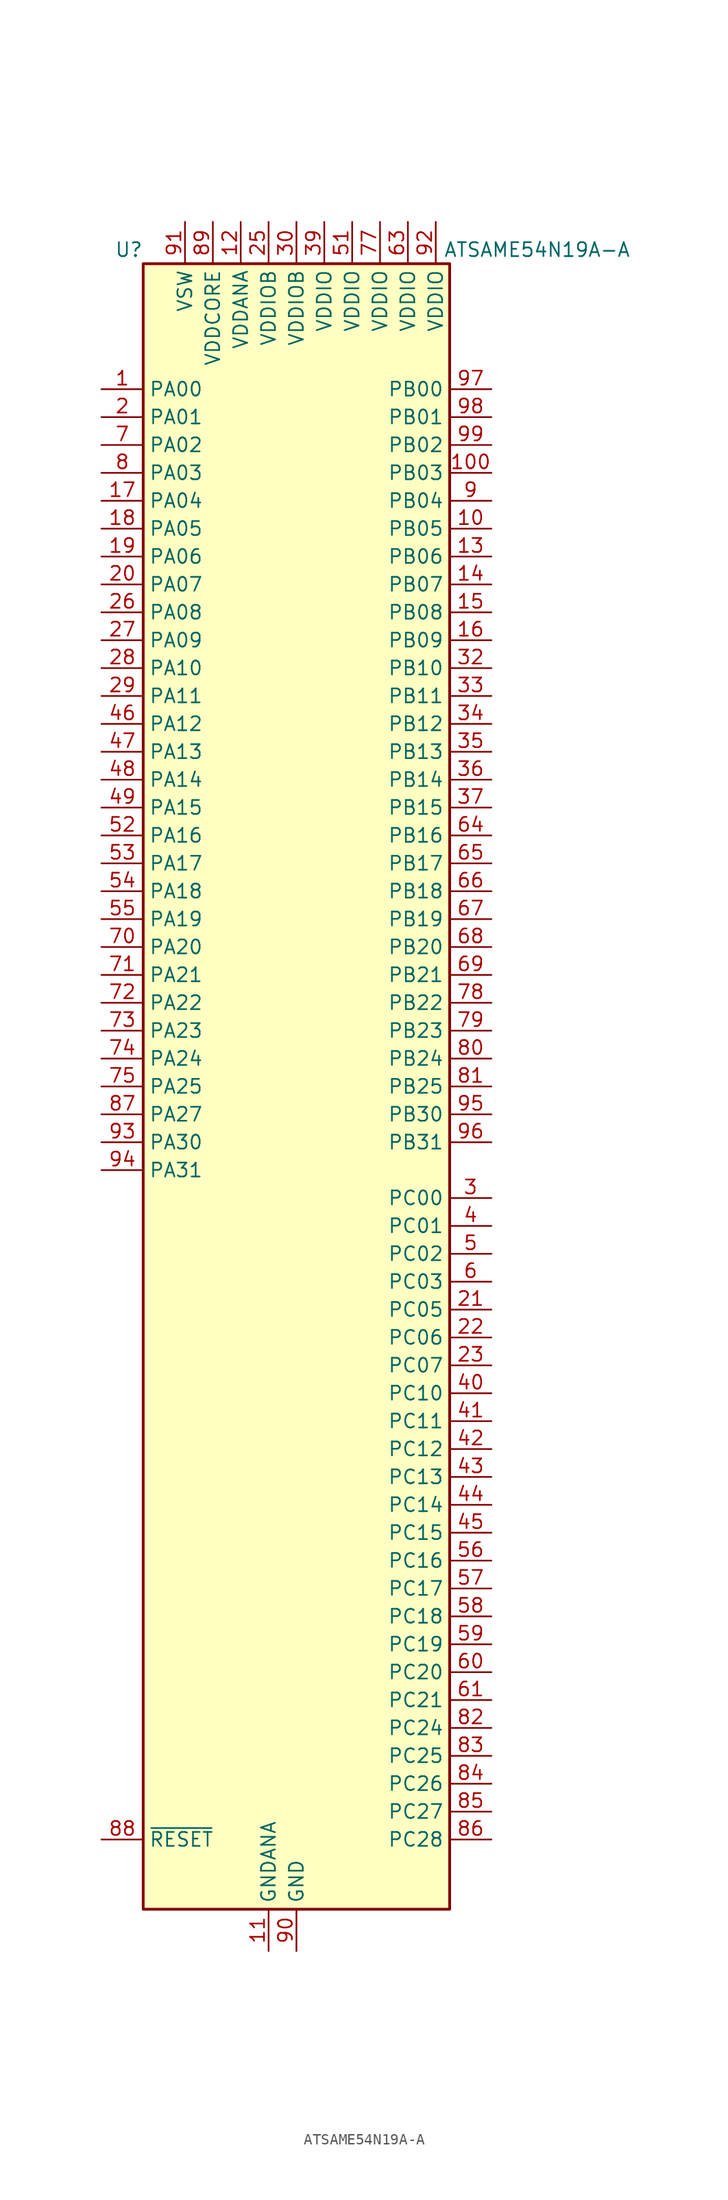
<source format=kicad_sym>
(kicad_symbol_lib
  (version 20201005)
  (generator kicad_symbol_editor)
  (symbol "ATSAME54N19A-A"
    (property "Reference" "U"
      (at -13.97 76.2 0)
      (effects (font (size 1.27 1.27)) (justify right)))
    (property "Value" "ATSAME54N19A-A"
      (at 30.48 76.2 0)
      (effects (font (size 1.27 1.27)) (justify right)))
    (symbol "ATSAME54N19A-A_1_1"
      (rectangle (start -13.97 74.93) (end 13.97 -74.93) (stroke (width 0.254)) (fill (type background)))
      (pin bidirectional line (at -17.78 63.5 0) (length 3.81) (name "PA00" (effects (font (size 1.27 1.27)))) (number "1" (effects (font (size 1.27 1.27)))))
      (pin bidirectional line (at 17.78 50.8 180) (length 3.81) (name "PB05" (effects (font (size 1.27 1.27)))) (number "10" (effects (font (size 1.27 1.27)))))
      (pin bidirectional line (at 17.78 55.88 180) (length 3.81) (name "PB03" (effects (font (size 1.27 1.27)))) (number "100" (effects (font (size 1.27 1.27)))))
      (pin power_in line (at -2.54 -78.74 90) (length 3.81) (name "GNDANA" (effects (font (size 1.27 1.27)))) (number "11" (effects (font (size 1.27 1.27)))))
      (pin power_in line (at -5.08 78.74 270) (length 3.81) (name "VDDANA" (effects (font (size 1.27 1.27)))) (number "12" (effects (font (size 1.27 1.27)))))
      (pin bidirectional line (at 17.78 48.26 180) (length 3.81) (name "PB06" (effects (font (size 1.27 1.27)))) (number "13" (effects (font (size 1.27 1.27)))))
      (pin bidirectional line (at 17.78 45.72 180) (length 3.81) (name "PB07" (effects (font (size 1.27 1.27)))) (number "14" (effects (font (size 1.27 1.27)))))
      (pin bidirectional line (at 17.78 43.18 180) (length 3.81) (name "PB08" (effects (font (size 1.27 1.27)))) (number "15" (effects (font (size 1.27 1.27)))))
      (pin bidirectional line (at 17.78 40.64 180) (length 3.81) (name "PB09" (effects (font (size 1.27 1.27)))) (number "16" (effects (font (size 1.27 1.27)))))
      (pin bidirectional line (at -17.78 53.34 0) (length 3.81) (name "PA04" (effects (font (size 1.27 1.27)))) (number "17" (effects (font (size 1.27 1.27)))))
      (pin bidirectional line (at -17.78 50.8 0) (length 3.81) (name "PA05" (effects (font (size 1.27 1.27)))) (number "18" (effects (font (size 1.27 1.27)))))
      (pin bidirectional line (at -17.78 48.26 0) (length 3.81) (name "PA06" (effects (font (size 1.27 1.27)))) (number "19" (effects (font (size 1.27 1.27)))))
      (pin bidirectional line (at -17.78 60.96 0) (length 3.81) (name "PA01" (effects (font (size 1.27 1.27)))) (number "2" (effects (font (size 1.27 1.27)))))
      (pin bidirectional line (at -17.78 45.72 0) (length 3.81) (name "PA07" (effects (font (size 1.27 1.27)))) (number "20" (effects (font (size 1.27 1.27)))))
      (pin bidirectional line (at 17.78 -20.32 180) (length 3.81) (name "PC05" (effects (font (size 1.27 1.27)))) (number "21" (effects (font (size 1.27 1.27)))))
      (pin bidirectional line (at 17.78 -22.86 180) (length 3.81) (name "PC06" (effects (font (size 1.27 1.27)))) (number "22" (effects (font (size 1.27 1.27)))))
      (pin bidirectional line (at 17.78 -25.4 180) (length 3.81) (name "PC07" (effects (font (size 1.27 1.27)))) (number "23" (effects (font (size 1.27 1.27)))))
      (pin passive line (at 0 -78.74 90) (length 3.81) hide (name "GND" (effects (font (size 1.27 1.27)))) (number "24" (effects (font (size 1.27 1.27)))))
      (pin power_in line (at -2.54 78.74 270) (length 3.81) (name "VDDIOB" (effects (font (size 1.27 1.27)))) (number "25" (effects (font (size 1.27 1.27)))))
      (pin bidirectional line (at -17.78 43.18 0) (length 3.81) (name "PA08" (effects (font (size 1.27 1.27)))) (number "26" (effects (font (size 1.27 1.27)))))
      (pin bidirectional line (at -17.78 40.64 0) (length 3.81) (name "PA09" (effects (font (size 1.27 1.27)))) (number "27" (effects (font (size 1.27 1.27)))))
      (pin bidirectional line (at -17.78 38.1 0) (length 3.81) (name "PA10" (effects (font (size 1.27 1.27)))) (number "28" (effects (font (size 1.27 1.27)))))
      (pin bidirectional line (at -17.78 35.56 0) (length 3.81) (name "PA11" (effects (font (size 1.27 1.27)))) (number "29" (effects (font (size 1.27 1.27)))))
      (pin bidirectional line (at 17.78 -10.16 180) (length 3.81) (name "PC00" (effects (font (size 1.27 1.27)))) (number "3" (effects (font (size 1.27 1.27)))))
      (pin power_in line (at 0 78.74 270) (length 3.81) (name "VDDIOB" (effects (font (size 1.27 1.27)))) (number "30" (effects (font (size 1.27 1.27)))))
      (pin passive line (at 0 -78.74 90) (length 3.81) hide (name "GND" (effects (font (size 1.27 1.27)))) (number "31" (effects (font (size 1.27 1.27)))))
      (pin bidirectional line (at 17.78 38.1 180) (length 3.81) (name "PB10" (effects (font (size 1.27 1.27)))) (number "32" (effects (font (size 1.27 1.27)))))
      (pin bidirectional line (at 17.78 35.56 180) (length 3.81) (name "PB11" (effects (font (size 1.27 1.27)))) (number "33" (effects (font (size 1.27 1.27)))))
      (pin bidirectional line (at 17.78 33.02 180) (length 3.81) (name "PB12" (effects (font (size 1.27 1.27)))) (number "34" (effects (font (size 1.27 1.27)))))
      (pin bidirectional line (at 17.78 30.48 180) (length 3.81) (name "PB13" (effects (font (size 1.27 1.27)))) (number "35" (effects (font (size 1.27 1.27)))))
      (pin bidirectional line (at 17.78 27.94 180) (length 3.81) (name "PB14" (effects (font (size 1.27 1.27)))) (number "36" (effects (font (size 1.27 1.27)))))
      (pin bidirectional line (at 17.78 25.4 180) (length 3.81) (name "PB15" (effects (font (size 1.27 1.27)))) (number "37" (effects (font (size 1.27 1.27)))))
      (pin passive line (at 0 -78.74 90) (length 3.81) hide (name "GND" (effects (font (size 1.27 1.27)))) (number "38" (effects (font (size 1.27 1.27)))))
      (pin power_in line (at 2.54 78.74 270) (length 3.81) (name "VDDIO" (effects (font (size 1.27 1.27)))) (number "39" (effects (font (size 1.27 1.27)))))
      (pin bidirectional line (at 17.78 -12.7 180) (length 3.81) (name "PC01" (effects (font (size 1.27 1.27)))) (number "4" (effects (font (size 1.27 1.27)))))
      (pin bidirectional line (at 17.78 -27.94 180) (length 3.81) (name "PC10" (effects (font (size 1.27 1.27)))) (number "40" (effects (font (size 1.27 1.27)))))
      (pin bidirectional line (at 17.78 -30.48 180) (length 3.81) (name "PC11" (effects (font (size 1.27 1.27)))) (number "41" (effects (font (size 1.27 1.27)))))
      (pin bidirectional line (at 17.78 -33.02 180) (length 3.81) (name "PC12" (effects (font (size 1.27 1.27)))) (number "42" (effects (font (size 1.27 1.27)))))
      (pin bidirectional line (at 17.78 -35.56 180) (length 3.81) (name "PC13" (effects (font (size 1.27 1.27)))) (number "43" (effects (font (size 1.27 1.27)))))
      (pin bidirectional line (at 17.78 -38.1 180) (length 3.81) (name "PC14" (effects (font (size 1.27 1.27)))) (number "44" (effects (font (size 1.27 1.27)))))
      (pin bidirectional line (at 17.78 -40.64 180) (length 3.81) (name "PC15" (effects (font (size 1.27 1.27)))) (number "45" (effects (font (size 1.27 1.27)))))
      (pin bidirectional line (at -17.78 33.02 0) (length 3.81) (name "PA12" (effects (font (size 1.27 1.27)))) (number "46" (effects (font (size 1.27 1.27)))))
      (pin bidirectional line (at -17.78 30.48 0) (length 3.81) (name "PA13" (effects (font (size 1.27 1.27)))) (number "47" (effects (font (size 1.27 1.27)))))
      (pin bidirectional line (at -17.78 27.94 0) (length 3.81) (name "PA14" (effects (font (size 1.27 1.27)))) (number "48" (effects (font (size 1.27 1.27)))))
      (pin bidirectional line (at -17.78 25.4 0) (length 3.81) (name "PA15" (effects (font (size 1.27 1.27)))) (number "49" (effects (font (size 1.27 1.27)))))
      (pin bidirectional line (at 17.78 -15.24 180) (length 3.81) (name "PC02" (effects (font (size 1.27 1.27)))) (number "5" (effects (font (size 1.27 1.27)))))
      (pin passive line (at 0 -78.74 90) (length 3.81) hide (name "GND" (effects (font (size 1.27 1.27)))) (number "50" (effects (font (size 1.27 1.27)))))
      (pin power_in line (at 5.08 78.74 270) (length 3.81) (name "VDDIO" (effects (font (size 1.27 1.27)))) (number "51" (effects (font (size 1.27 1.27)))))
      (pin bidirectional line (at -17.78 22.86 0) (length 3.81) (name "PA16" (effects (font (size 1.27 1.27)))) (number "52" (effects (font (size 1.27 1.27)))))
      (pin bidirectional line (at -17.78 20.32 0) (length 3.81) (name "PA17" (effects (font (size 1.27 1.27)))) (number "53" (effects (font (size 1.27 1.27)))))
      (pin bidirectional line (at -17.78 17.78 0) (length 3.81) (name "PA18" (effects (font (size 1.27 1.27)))) (number "54" (effects (font (size 1.27 1.27)))))
      (pin bidirectional line (at -17.78 15.24 0) (length 3.81) (name "PA19" (effects (font (size 1.27 1.27)))) (number "55" (effects (font (size 1.27 1.27)))))
      (pin bidirectional line (at 17.78 -43.18 180) (length 3.81) (name "PC16" (effects (font (size 1.27 1.27)))) (number "56" (effects (font (size 1.27 1.27)))))
      (pin bidirectional line (at 17.78 -45.72 180) (length 3.81) (name "PC17" (effects (font (size 1.27 1.27)))) (number "57" (effects (font (size 1.27 1.27)))))
      (pin bidirectional line (at 17.78 -48.26 180) (length 3.81) (name "PC18" (effects (font (size 1.27 1.27)))) (number "58" (effects (font (size 1.27 1.27)))))
      (pin bidirectional line (at 17.78 -50.8 180) (length 3.81) (name "PC19" (effects (font (size 1.27 1.27)))) (number "59" (effects (font (size 1.27 1.27)))))
      (pin bidirectional line (at 17.78 -17.78 180) (length 3.81) (name "PC03" (effects (font (size 1.27 1.27)))) (number "6" (effects (font (size 1.27 1.27)))))
      (pin bidirectional line (at 17.78 -53.34 180) (length 3.81) (name "PC20" (effects (font (size 1.27 1.27)))) (number "60" (effects (font (size 1.27 1.27)))))
      (pin bidirectional line (at 17.78 -55.88 180) (length 3.81) (name "PC21" (effects (font (size 1.27 1.27)))) (number "61" (effects (font (size 1.27 1.27)))))
      (pin passive line (at 0 -78.74 90) (length 3.81) hide (name "GND" (effects (font (size 1.27 1.27)))) (number "62" (effects (font (size 1.27 1.27)))))
      (pin power_in line (at 10.16 78.74 270) (length 3.81) (name "VDDIO" (effects (font (size 1.27 1.27)))) (number "63" (effects (font (size 1.27 1.27)))))
      (pin bidirectional line (at 17.78 22.86 180) (length 3.81) (name "PB16" (effects (font (size 1.27 1.27)))) (number "64" (effects (font (size 1.27 1.27)))))
      (pin bidirectional line (at 17.78 20.32 180) (length 3.81) (name "PB17" (effects (font (size 1.27 1.27)))) (number "65" (effects (font (size 1.27 1.27)))))
      (pin bidirectional line (at 17.78 17.78 180) (length 3.81) (name "PB18" (effects (font (size 1.27 1.27)))) (number "66" (effects (font (size 1.27 1.27)))))
      (pin bidirectional line (at 17.78 15.24 180) (length 3.81) (name "PB19" (effects (font (size 1.27 1.27)))) (number "67" (effects (font (size 1.27 1.27)))))
      (pin bidirectional line (at 17.78 12.7 180) (length 3.81) (name "PB20" (effects (font (size 1.27 1.27)))) (number "68" (effects (font (size 1.27 1.27)))))
      (pin bidirectional line (at 17.78 10.16 180) (length 3.81) (name "PB21" (effects (font (size 1.27 1.27)))) (number "69" (effects (font (size 1.27 1.27)))))
      (pin bidirectional line (at -17.78 58.42 0) (length 3.81) (name "PA02" (effects (font (size 1.27 1.27)))) (number "7" (effects (font (size 1.27 1.27)))))
      (pin bidirectional line (at -17.78 12.7 0) (length 3.81) (name "PA20" (effects (font (size 1.27 1.27)))) (number "70" (effects (font (size 1.27 1.27)))))
      (pin bidirectional line (at -17.78 10.16 0) (length 3.81) (name "PA21" (effects (font (size 1.27 1.27)))) (number "71" (effects (font (size 1.27 1.27)))))
      (pin bidirectional line (at -17.78 7.62 0) (length 3.81) (name "PA22" (effects (font (size 1.27 1.27)))) (number "72" (effects (font (size 1.27 1.27)))))
      (pin bidirectional line (at -17.78 5.08 0) (length 3.81) (name "PA23" (effects (font (size 1.27 1.27)))) (number "73" (effects (font (size 1.27 1.27)))))
      (pin bidirectional line (at -17.78 2.54 0) (length 3.81) (name "PA24" (effects (font (size 1.27 1.27)))) (number "74" (effects (font (size 1.27 1.27)))))
      (pin bidirectional line (at -17.78 0 0) (length 3.81) (name "PA25" (effects (font (size 1.27 1.27)))) (number "75" (effects (font (size 1.27 1.27)))))
      (pin passive line (at 0 -78.74 90) (length 3.81) hide (name "GND" (effects (font (size 1.27 1.27)))) (number "76" (effects (font (size 1.27 1.27)))))
      (pin power_in line (at 7.62 78.74 270) (length 3.81) (name "VDDIO" (effects (font (size 1.27 1.27)))) (number "77" (effects (font (size 1.27 1.27)))))
      (pin bidirectional line (at 17.78 7.62 180) (length 3.81) (name "PB22" (effects (font (size 1.27 1.27)))) (number "78" (effects (font (size 1.27 1.27)))))
      (pin bidirectional line (at 17.78 5.08 180) (length 3.81) (name "PB23" (effects (font (size 1.27 1.27)))) (number "79" (effects (font (size 1.27 1.27)))))
      (pin bidirectional line (at -17.78 55.88 0) (length 3.81) (name "PA03" (effects (font (size 1.27 1.27)))) (number "8" (effects (font (size 1.27 1.27)))))
      (pin bidirectional line (at 17.78 2.54 180) (length 3.81) (name "PB24" (effects (font (size 1.27 1.27)))) (number "80" (effects (font (size 1.27 1.27)))))
      (pin bidirectional line (at 17.78 0 180) (length 3.81) (name "PB25" (effects (font (size 1.27 1.27)))) (number "81" (effects (font (size 1.27 1.27)))))
      (pin bidirectional line (at 17.78 -58.42 180) (length 3.81) (name "PC24" (effects (font (size 1.27 1.27)))) (number "82" (effects (font (size 1.27 1.27)))))
      (pin bidirectional line (at 17.78 -60.96 180) (length 3.81) (name "PC25" (effects (font (size 1.27 1.27)))) (number "83" (effects (font (size 1.27 1.27)))))
      (pin bidirectional line (at 17.78 -63.5 180) (length 3.81) (name "PC26" (effects (font (size 1.27 1.27)))) (number "84" (effects (font (size 1.27 1.27)))))
      (pin bidirectional line (at 17.78 -66.04 180) (length 3.81) (name "PC27" (effects (font (size 1.27 1.27)))) (number "85" (effects (font (size 1.27 1.27)))))
      (pin bidirectional line (at 17.78 -68.58 180) (length 3.81) (name "PC28" (effects (font (size 1.27 1.27)))) (number "86" (effects (font (size 1.27 1.27)))))
      (pin bidirectional line (at -17.78 -2.54 0) (length 3.81) (name "PA27" (effects (font (size 1.27 1.27)))) (number "87" (effects (font (size 1.27 1.27)))))
      (pin input line (at -17.78 -68.58 0) (length 3.81) (name "~RESET" (effects (font (size 1.27 1.27)))) (number "88" (effects (font (size 1.27 1.27)))))
      (pin power_out line (at -7.62 78.74 270) (length 3.81) (name "VDDCORE" (effects (font (size 1.27 1.27)))) (number "89" (effects (font (size 1.27 1.27)))))
      (pin bidirectional line (at 17.78 53.34 180) (length 3.81) (name "PB04" (effects (font (size 1.27 1.27)))) (number "9" (effects (font (size 1.27 1.27)))))
      (pin power_in line (at 0 -78.74 90) (length 3.81) (name "GND" (effects (font (size 1.27 1.27)))) (number "90" (effects (font (size 1.27 1.27)))))
      (pin power_in line (at -10.16 78.74 270) (length 3.81) (name "VSW" (effects (font (size 1.27 1.27)))) (number "91" (effects (font (size 1.27 1.27)))))
      (pin power_in line (at 12.7 78.74 270) (length 3.81) (name "VDDIO" (effects (font (size 1.27 1.27)))) (number "92" (effects (font (size 1.27 1.27)))))
      (pin bidirectional line (at -17.78 -5.08 0) (length 3.81) (name "PA30" (effects (font (size 1.27 1.27)))) (number "93" (effects (font (size 1.27 1.27)))))
      (pin bidirectional line (at -17.78 -7.62 0) (length 3.81) (name "PA31" (effects (font (size 1.27 1.27)))) (number "94" (effects (font (size 1.27 1.27)))))
      (pin bidirectional line (at 17.78 -2.54 180) (length 3.81) (name "PB30" (effects (font (size 1.27 1.27)))) (number "95" (effects (font (size 1.27 1.27)))))
      (pin bidirectional line (at 17.78 -5.08 180) (length 3.81) (name "PB31" (effects (font (size 1.27 1.27)))) (number "96" (effects (font (size 1.27 1.27)))))
      (pin bidirectional line (at 17.78 63.5 180) (length 3.81) (name "PB00" (effects (font (size 1.27 1.27)))) (number "97" (effects (font (size 1.27 1.27)))))
      (pin bidirectional line (at 17.78 60.96 180) (length 3.81) (name "PB01" (effects (font (size 1.27 1.27)))) (number "98" (effects (font (size 1.27 1.27)))))
      (pin bidirectional line (at 17.78 58.42 180) (length 3.81) (name "PB02" (effects (font (size 1.27 1.27)))) (number "99" (effects (font (size 1.27 1.27))))))))
</source>
